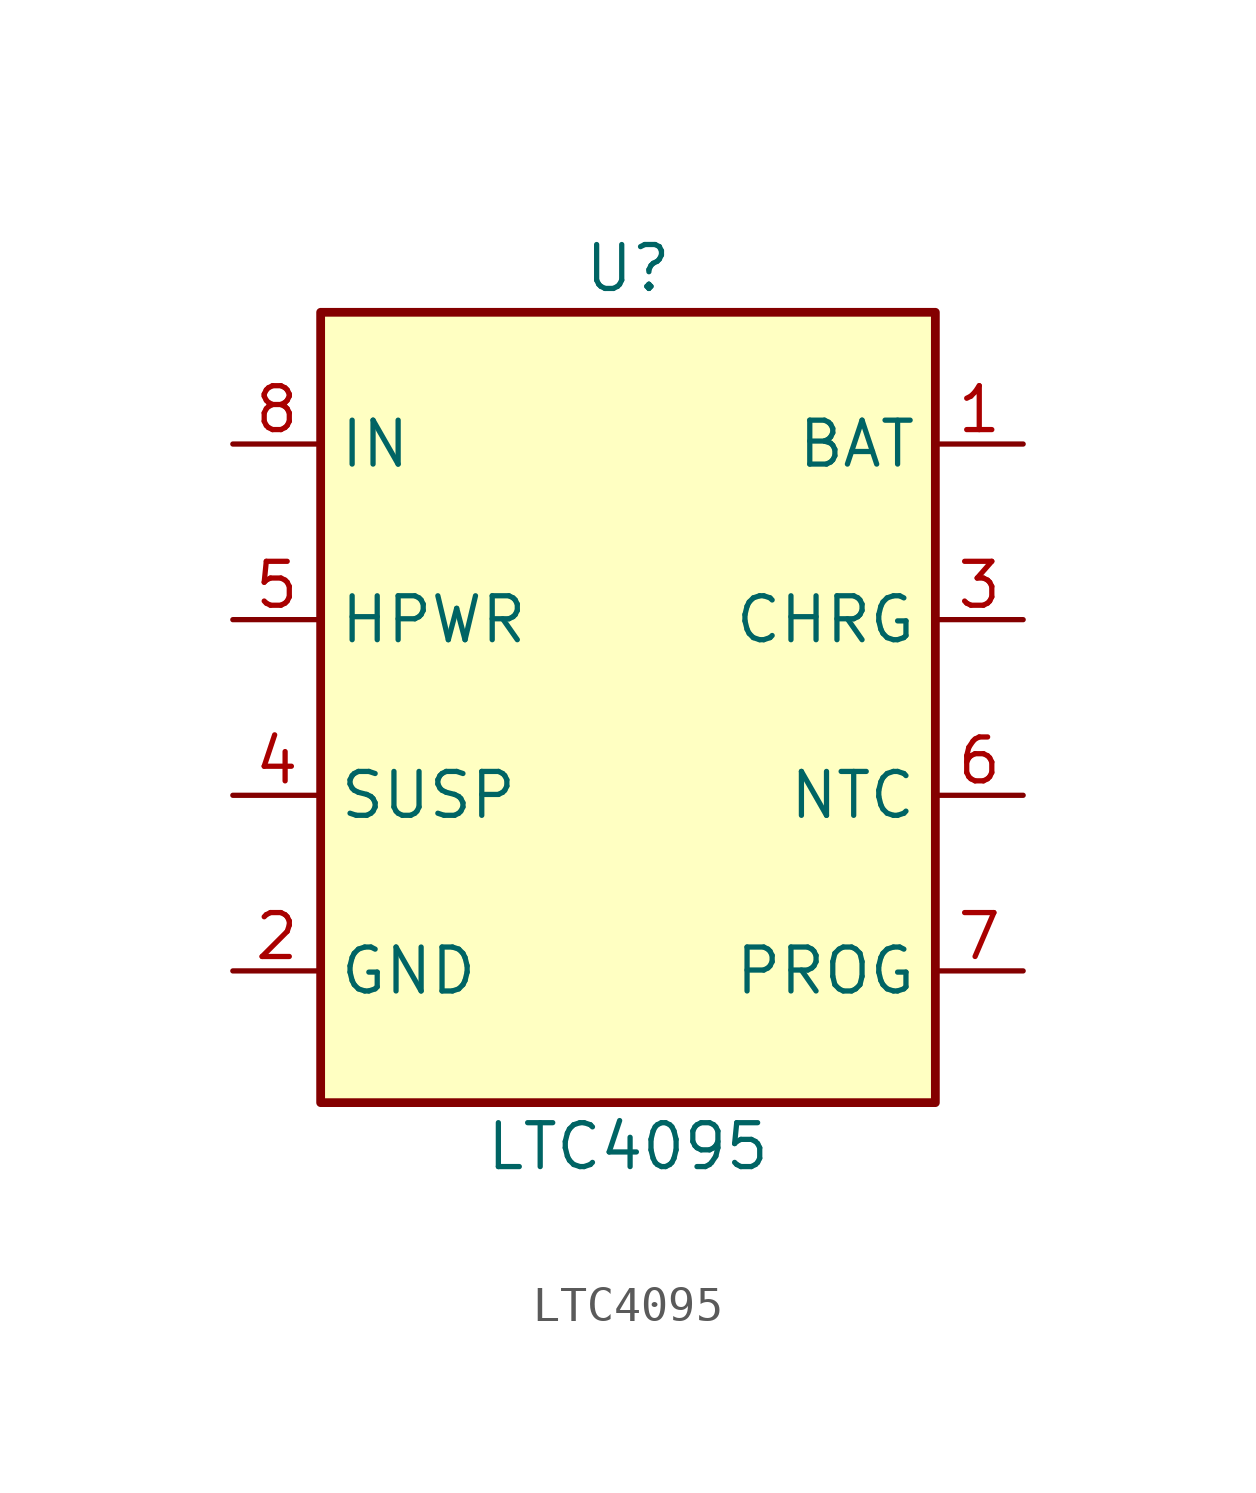
<source format=kicad_sym>
(kicad_symbol_lib
  (version 20211014)
  (generator kicad_symbol_editor)
  (symbol "LTC4095"
    (property "Reference" "U"
      (at 0 13.97 0)
      (effects (font (size 1.27 1.27))))
    (property "Value" "LTC4095"
      (at 0 -11.43 0)
      (effects (font (size 1.27 1.27))))
    (symbol "LTC4095_0_1"
      (rectangle (start -8.89 12.7) (end 8.89 -10.16) (stroke (width 0.254) (type default) (color 0 0 0 0)) (fill (type background))))
    (symbol "LTC4095_1_1"
      (pin input line (at 11.43 8.89 180) (length 2.54) (name "BAT" (effects (font (size 1.27 1.27)))) (number "1" (effects (font (size 1.27 1.27)))))
      (pin input line (at -11.43 -6.35 0) (length 2.54) (name "GND" (effects (font (size 1.27 1.27)))) (number "2" (effects (font (size 1.27 1.27)))))
      (pin input line (at 11.43 3.81 180) (length 2.54) (name "CHRG" (effects (font (size 1.27 1.27)))) (number "3" (effects (font (size 1.27 1.27)))))
      (pin input line (at -11.43 -1.27 0) (length 2.54) (name "SUSP" (effects (font (size 1.27 1.27)))) (number "4" (effects (font (size 1.27 1.27)))))
      (pin input line (at -11.43 3.81 0) (length 2.54) (name "HPWR" (effects (font (size 1.27 1.27)))) (number "5" (effects (font (size 1.27 1.27)))))
      (pin input line (at 11.43 -1.27 180) (length 2.54) (name "NTC" (effects (font (size 1.27 1.27)))) (number "6" (effects (font (size 1.27 1.27)))))
      (pin input line (at 11.43 -6.35 180) (length 2.54) (name "PROG" (effects (font (size 1.27 1.27)))) (number "7" (effects (font (size 1.27 1.27)))))
      (pin input line (at -11.43 8.89 0) (length 2.54) (name "IN" (effects (font (size 1.27 1.27)))) (number "8" (effects (font (size 1.27 1.27)))))
      (pin input line (at -11.43 -6.35 0) (length 2.54) hide (name "GND" (effects (font (size 1.27 1.27)))) (number "9" (effects (font (size 1.27 1.27))))))))
</source>
